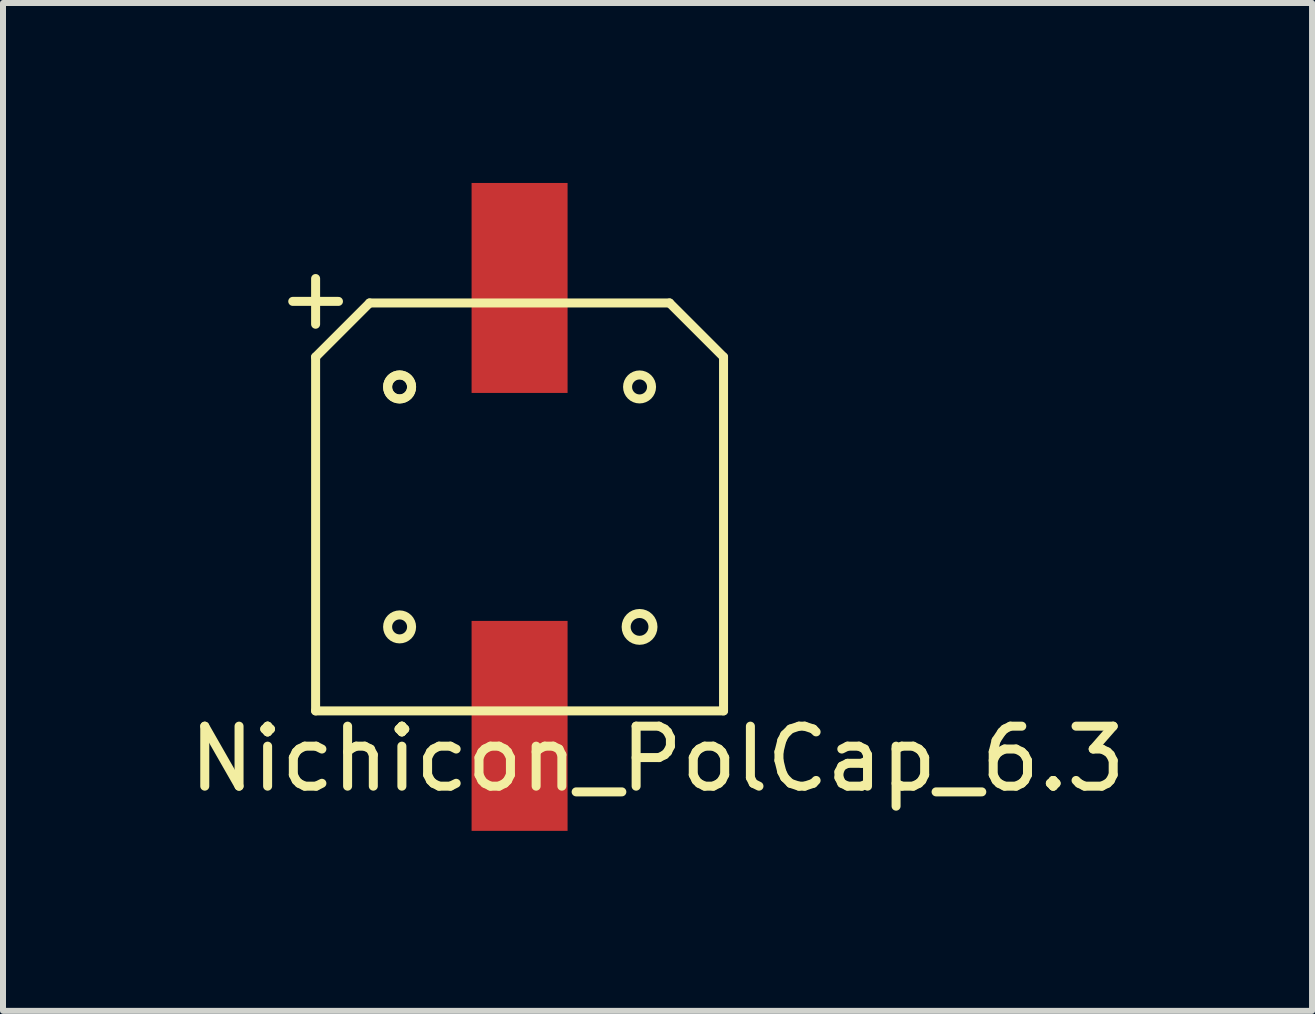
<source format=kicad_pcb>
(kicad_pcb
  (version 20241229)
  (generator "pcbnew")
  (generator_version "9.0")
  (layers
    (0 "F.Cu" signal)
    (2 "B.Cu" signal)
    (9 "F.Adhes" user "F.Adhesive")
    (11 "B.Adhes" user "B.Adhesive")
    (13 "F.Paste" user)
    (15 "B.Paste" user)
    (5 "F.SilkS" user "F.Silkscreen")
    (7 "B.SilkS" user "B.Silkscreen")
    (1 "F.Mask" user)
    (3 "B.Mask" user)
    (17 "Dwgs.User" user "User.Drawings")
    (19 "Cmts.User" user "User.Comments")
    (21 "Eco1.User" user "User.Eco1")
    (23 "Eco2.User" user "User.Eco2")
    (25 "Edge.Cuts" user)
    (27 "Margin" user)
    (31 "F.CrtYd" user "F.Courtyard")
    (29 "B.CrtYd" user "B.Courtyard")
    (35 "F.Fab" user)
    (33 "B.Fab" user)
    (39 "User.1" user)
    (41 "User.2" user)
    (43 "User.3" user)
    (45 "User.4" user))
  (footprint "Nichicon_PolCap_6.3"
    (layer "F.Cu")
    (at 5.611 5.4)
    (property "Reference" "Nichicon_PolCap_6.3" (at 2.3 4.2 0) (layer "F.SilkS") (effects (font (size 1 1) (thickness 0.15))))
    (attr through_hole)
    (fp_line (start -3.4 -2.5) (end -3.4 3.4) (stroke (width 0.15) (type solid)) (layer "F.SilkS"))
    (fp_line (start -3.4 3.4) (end 3.4 3.4) (stroke (width 0.15) (type solid)) (layer "F.SilkS"))
    (fp_line (start -2.5 -3.4) (end -3.4 -2.5) (stroke (width 0.15) (type solid)) (layer "F.SilkS"))
    (fp_line (start 2.5 -3.4) (end -2.5 -3.4) (stroke (width 0.15) (type solid)) (layer "F.SilkS"))
    (fp_line (start 3.4 -2.5) (end 2.5 -3.4) (stroke (width 0.15) (type solid)) (layer "F.SilkS"))
    (fp_line (start 3.4 3.4) (end 3.4 -2.5) (stroke (width 0.15) (type solid)) (layer "F.SilkS"))
    (fp_circle (center -2 -2) (end -2 -2.2) (stroke (width 0.15) (type solid)) (fill no) (layer "F.SilkS"))
    (fp_circle (center -2 -2) (end -2 -2.2) (stroke (width 0.15) (type solid)) (fill no) (layer "F.SilkS"))
    (fp_circle (center -2 2) (end -2 1.8) (stroke (width 0.15) (type solid)) (fill no) (layer "F.SilkS"))
    (fp_circle (center 2 -2) (end 2 -2.2) (stroke (width 0.15) (type solid)) (fill no) (layer "F.SilkS"))
    (fp_circle (center 2 2) (end 2.1 1.8) (stroke (width 0.15) (type solid)) (fill no) (layer "F.SilkS"))
    (fp_text user "+" (at -3.4 -3.5 0) (layer "F.SilkS") (effects (font (size 1 1) (thickness 0.15))))
    (pad "1" smd rect (at 0 -3.65) (size 1.6 3.5) (layers "F.Cu" "F.Mask" "F.Paste"))
    (pad "2" smd rect (at 0 3.65) (size 1.6 3.5) (layers "F.Cu" "F.Mask" "F.Paste")))
  (gr_rect
    (start -3 -3)
    (end 18.821 13.8)
    (stroke (width 0.1) (type default))
    (fill no)
    (layer "Edge.Cuts")))
</source>
